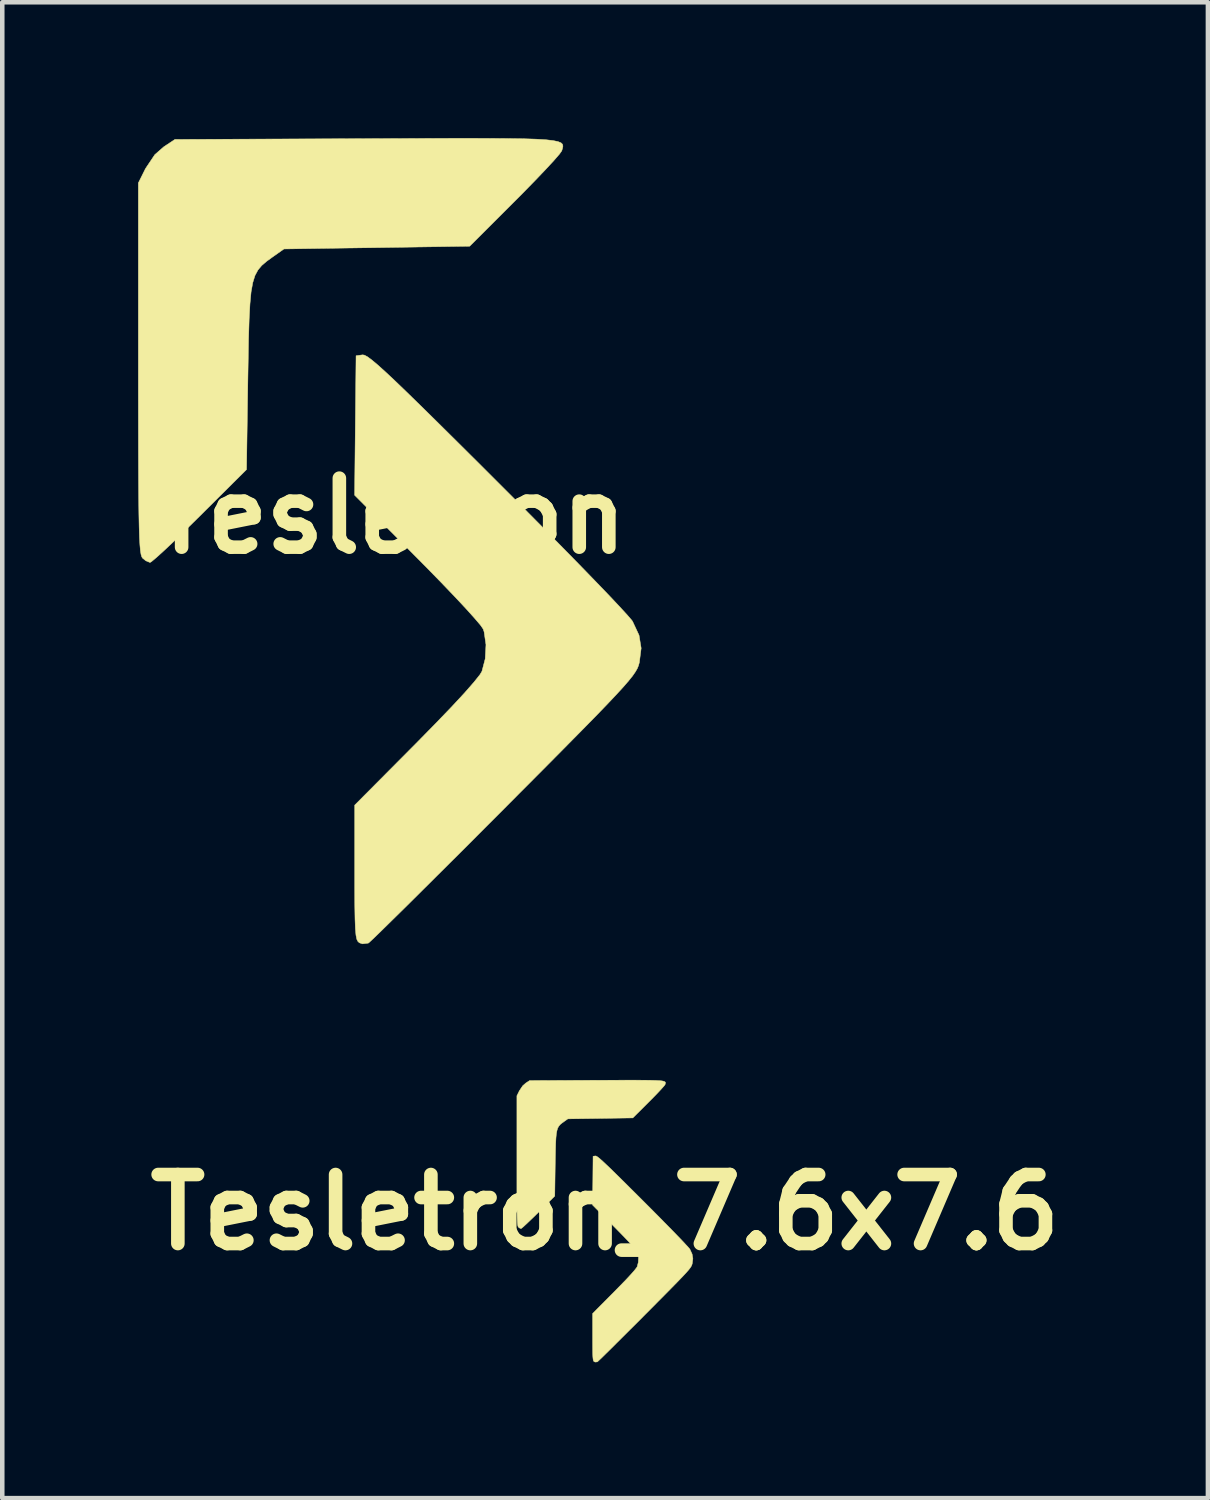
<source format=kicad_pcb>
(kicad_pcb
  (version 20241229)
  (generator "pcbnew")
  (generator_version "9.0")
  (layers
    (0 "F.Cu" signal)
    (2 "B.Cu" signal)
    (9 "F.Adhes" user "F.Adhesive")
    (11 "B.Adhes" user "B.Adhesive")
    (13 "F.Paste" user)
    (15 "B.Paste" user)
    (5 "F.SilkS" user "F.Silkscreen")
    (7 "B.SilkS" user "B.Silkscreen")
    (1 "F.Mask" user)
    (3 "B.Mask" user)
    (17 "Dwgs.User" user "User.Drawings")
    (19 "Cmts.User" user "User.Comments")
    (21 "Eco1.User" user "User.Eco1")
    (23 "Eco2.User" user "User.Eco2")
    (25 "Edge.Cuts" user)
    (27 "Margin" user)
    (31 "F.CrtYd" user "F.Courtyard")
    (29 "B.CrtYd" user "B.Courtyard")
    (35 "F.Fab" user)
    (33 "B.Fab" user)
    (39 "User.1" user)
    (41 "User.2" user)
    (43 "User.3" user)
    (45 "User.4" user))
  (footprint "Tesletron_7.6x7.6"
    (layer "F.Cu")
    (at 10.312 23.722)
    (property "Reference" "Tesletron_7.6x7.6" (at 0 0 0) (layer "F.SilkS") (effects (font (size 1.524 1.524) (thickness 0.3))))
    (attr through_hole)
    (fp_poly (pts (xy 0.756 -2.918) (xy 0.907 -2.917) (xy 1.03 -2.915) (xy 1.128 -2.912) (xy 1.203 -2.908) (xy 1.258 -2.902) (xy 1.296 -2.894) (xy 1.319 -2.884) (xy 1.331 -2.873) (xy 1.334 -2.859) (xy 1.331 -2.843) (xy 1.326 -2.824) (xy 1.325 -2.821) (xy 1.307 -2.796) (xy 1.263 -2.746) (xy 1.198 -2.675) (xy 1.116 -2.589) (xy 1.021 -2.492) (xy 0.963 -2.434) (xy 0.613 -2.085) (xy -0.104 -2.074) (xy -0.822 -2.064) (xy -0.912 -2) (xy -0.957 -1.967) (xy -0.994 -1.936) (xy -1.023 -1.901) (xy -1.046 -1.859) (xy -1.063 -1.804) (xy -1.076 -1.732) (xy -1.085 -1.638) (xy -1.091 -1.519) (xy -1.095 -1.368) (xy -1.099 -1.183) (xy -1.101 -1.063) (xy -1.111 -0.359) (xy -1.472 0.001) (xy -1.574 0.101) (xy -1.667 0.19) (xy -1.746 0.265) (xy -1.807 0.321) (xy -1.846 0.353) (xy -1.857 0.36) (xy -1.89 0.346) (xy -1.914 0.327) (xy -1.921 0.316) (xy -1.926 0.298) (xy -1.931 0.269) (xy -1.935 0.226) (xy -1.938 0.166) (xy -1.941 0.086) (xy -1.943 -0.016) (xy -1.945 -0.145) (xy -1.946 -0.302) (xy -1.947 -0.491) (xy -1.947 -0.715) (xy -1.947 -0.977) (xy -1.947 -1.14) (xy -1.947 -2.574) (xy -1.892 -2.685) (xy -1.82 -2.793) (xy -1.751 -2.854) (xy -1.665 -2.91) (xy -0.19 -2.916) (xy 0.103 -2.917) (xy 0.356 -2.918) (xy 0.573 -2.919) (xy 0.756 -2.918)) (stroke (width 0.01) (type solid)) (fill yes) (layer "F.SilkS"))
    (fp_poly (pts (xy -0.199 -1.243) (xy -0.177 -1.231) (xy -0.145 -1.208) (xy -0.101 -1.171) (xy -0.043 -1.119) (xy 0.031 -1.049) (xy 0.124 -0.961) (xy 0.236 -0.851) (xy 0.371 -0.718) (xy 0.531 -0.559) (xy 0.717 -0.374) (xy 0.83 -0.261) (xy 1.002 -0.089) (xy 1.165 0.075) (xy 1.318 0.231) (xy 1.458 0.373) (xy 1.582 0.501) (xy 1.688 0.611) (xy 1.772 0.701) (xy 1.833 0.767) (xy 1.867 0.807) (xy 1.873 0.815) (xy 1.922 0.922) (xy 1.939 1.022) (xy 1.925 1.132) (xy 1.924 1.135) (xy 1.918 1.156) (xy 1.909 1.179) (xy 1.895 1.204) (xy 1.873 1.236) (xy 1.842 1.275) (xy 1.799 1.324) (xy 1.742 1.386) (xy 1.669 1.463) (xy 1.578 1.557) (xy 1.467 1.67) (xy 1.334 1.805) (xy 1.176 1.964) (xy 0.992 2.15) (xy 0.881 2.261) (xy 0.709 2.434) (xy 0.544 2.598) (xy 0.391 2.751) (xy 0.251 2.89) (xy 0.127 3.014) (xy 0.021 3.118) (xy -0.064 3.202) (xy -0.126 3.261) (xy -0.162 3.295) (xy -0.17 3.302) (xy -0.215 3.307) (xy -0.239 3.299) (xy -0.25 3.289) (xy -0.259 3.271) (xy -0.265 3.24) (xy -0.27 3.19) (xy -0.273 3.116) (xy -0.274 3.014) (xy -0.275 2.878) (xy -0.275 2.757) (xy -0.275 2.235) (xy 0.201 1.756) (xy 0.347 1.607) (xy 0.472 1.478) (xy 0.572 1.37) (xy 0.647 1.285) (xy 0.693 1.226) (xy 0.709 1.201) (xy 0.734 1.104) (xy 0.739 0.995) (xy 0.725 0.896) (xy 0.718 0.875) (xy 0.698 0.845) (xy 0.652 0.79) (xy 0.583 0.714) (xy 0.495 0.62) (xy 0.392 0.513) (xy 0.278 0.396) (xy 0.21 0.327) (xy -0.276 -0.161) (xy -0.27 -0.699) (xy -0.265 -1.238) (xy -0.214 -1.245) (xy -0.199 -1.243)) (stroke (width 0.01) (type solid)) (fill yes) (layer "F.SilkS")))
  (footprint "Tesletron"
    (layer "F.Cu")
    (at 5.569 8.344)
    (property "Reference" "Tesletron" (at 0 0 0) (layer "F.SilkS") (effects (font (size 1.524 1.524) (thickness 0.3))))
    (attr through_hole)
    (fp_poly (pts (xy 2.159 -8.338) (xy 2.591 -8.335) (xy 2.943 -8.33) (xy 3.222 -8.321) (xy 3.436 -8.308) (xy 3.593 -8.29) (xy 3.701 -8.268) (xy 3.769 -8.241) (xy 3.803 -8.208) (xy 3.812 -8.168) (xy 3.804 -8.122) (xy 3.788 -8.068) (xy 3.785 -8.061) (xy 3.734 -7.989) (xy 3.609 -7.845) (xy 3.423 -7.644) (xy 3.188 -7.398) (xy 2.917 -7.121) (xy 2.752 -6.955) (xy 1.753 -5.957) (xy -2.348 -5.896) (xy -2.605 -5.715) (xy -2.734 -5.621) (xy -2.839 -5.531) (xy -2.922 -5.432) (xy -2.988 -5.31) (xy -3.037 -5.153) (xy -3.074 -4.948) (xy -3.099 -4.68) (xy -3.117 -4.339) (xy -3.13 -3.909) (xy -3.139 -3.379) (xy -3.145 -3.037) (xy -3.175 -1.025) (xy -4.207 0.002) (xy -4.498 0.288) (xy -4.762 0.544) (xy -4.988 0.757) (xy -5.163 0.916) (xy -5.274 1.009) (xy -5.306 1.028) (xy -5.4 0.989) (xy -5.469 0.933) (xy -5.488 0.904) (xy -5.504 0.853) (xy -5.518 0.769) (xy -5.529 0.646) (xy -5.539 0.475) (xy -5.546 0.247) (xy -5.552 -0.046) (xy -5.557 -0.414) (xy -5.56 -0.863) (xy -5.562 -1.403) (xy -5.563 -2.043) (xy -5.564 -2.79) (xy -5.564 -3.258) (xy -5.564 -7.354) (xy -5.405 -7.673) (xy -5.2 -7.979) (xy -5.001 -8.153) (xy -4.756 -8.315) (xy -0.542 -8.332) (xy 0.294 -8.335) (xy 1.018 -8.338) (xy 1.637 -8.339) (xy 2.159 -8.338)) (stroke (width 0.01) (type solid)) (fill yes) (layer "F.SilkS"))
    (fp_poly (pts (xy -0.57 -3.551) (xy -0.506 -3.517) (xy -0.415 -3.45) (xy -0.289 -3.345) (xy -0.123 -3.196) (xy 0.089 -2.998) (xy 0.353 -2.744) (xy 0.675 -2.43) (xy 1.061 -2.05) (xy 1.517 -1.598) (xy 2.049 -1.069) (xy 2.372 -0.746) (xy 2.862 -0.256) (xy 3.329 0.215) (xy 3.766 0.659) (xy 4.166 1.067) (xy 4.52 1.432) (xy 4.822 1.746) (xy 5.063 2.002) (xy 5.236 2.191) (xy 5.334 2.305) (xy 5.35 2.328) (xy 5.493 2.634) (xy 5.54 2.92) (xy 5.5 3.234) (xy 5.498 3.242) (xy 5.481 3.304) (xy 5.455 3.368) (xy 5.413 3.441) (xy 5.351 3.531) (xy 5.262 3.642) (xy 5.139 3.784) (xy 4.977 3.96) (xy 4.769 4.18) (xy 4.51 4.448) (xy 4.193 4.771) (xy 3.812 5.157) (xy 3.361 5.612) (xy 2.833 6.142) (xy 2.517 6.46) (xy 2.024 6.954) (xy 1.556 7.423) (xy 1.117 7.86) (xy 0.717 8.258) (xy 0.362 8.611) (xy 0.059 8.909) (xy -0.184 9.148) (xy -0.36 9.319) (xy -0.463 9.415) (xy -0.485 9.433) (xy -0.615 9.449) (xy -0.682 9.426) (xy -0.714 9.398) (xy -0.74 9.347) (xy -0.758 9.257) (xy -0.771 9.113) (xy -0.779 8.903) (xy -0.784 8.611) (xy -0.786 8.223) (xy -0.786 7.877) (xy -0.786 6.386) (xy 0.573 5.019) (xy 0.992 4.592) (xy 1.348 4.222) (xy 1.635 3.913) (xy 1.847 3.671) (xy 1.981 3.503) (xy 2.024 3.43) (xy 2.096 3.155) (xy 2.113 2.844) (xy 2.072 2.56) (xy 2.052 2.499) (xy 1.995 2.415) (xy 1.862 2.259) (xy 1.665 2.04) (xy 1.414 1.772) (xy 1.12 1.465) (xy 0.794 1.131) (xy 0.6 0.935) (xy -0.788 -0.459) (xy -0.772 -1.998) (xy -0.756 -3.538) (xy -0.61 -3.558) (xy -0.57 -3.551)) (stroke (width 0.01) (type solid)) (fill yes) (layer "F.SilkS")))
  (gr_rect
    (start -3 -3)
    (end 23.625 30.034)
    (stroke (width 0.1) (type default))
    (fill no)
    (layer "Edge.Cuts")))
</source>
